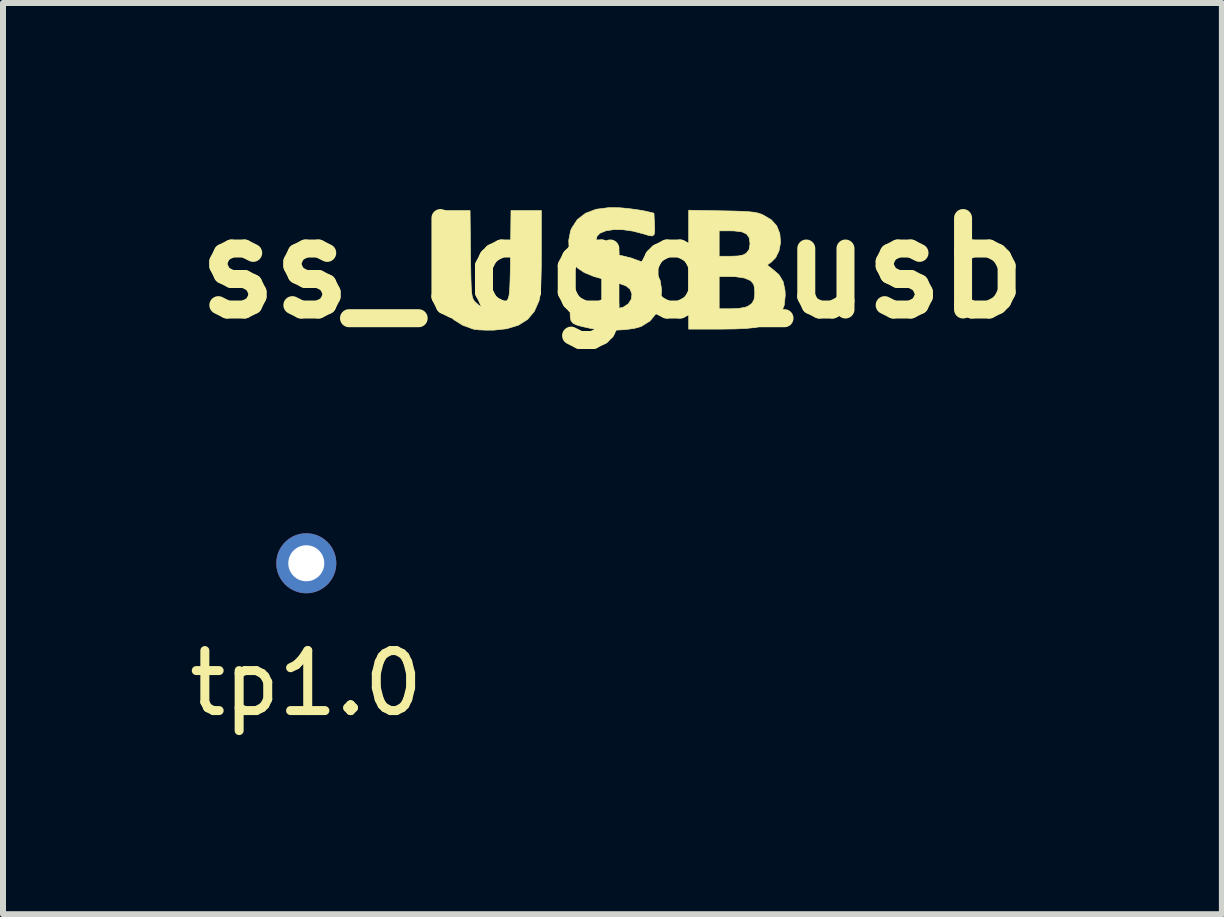
<source format=kicad_pcb>
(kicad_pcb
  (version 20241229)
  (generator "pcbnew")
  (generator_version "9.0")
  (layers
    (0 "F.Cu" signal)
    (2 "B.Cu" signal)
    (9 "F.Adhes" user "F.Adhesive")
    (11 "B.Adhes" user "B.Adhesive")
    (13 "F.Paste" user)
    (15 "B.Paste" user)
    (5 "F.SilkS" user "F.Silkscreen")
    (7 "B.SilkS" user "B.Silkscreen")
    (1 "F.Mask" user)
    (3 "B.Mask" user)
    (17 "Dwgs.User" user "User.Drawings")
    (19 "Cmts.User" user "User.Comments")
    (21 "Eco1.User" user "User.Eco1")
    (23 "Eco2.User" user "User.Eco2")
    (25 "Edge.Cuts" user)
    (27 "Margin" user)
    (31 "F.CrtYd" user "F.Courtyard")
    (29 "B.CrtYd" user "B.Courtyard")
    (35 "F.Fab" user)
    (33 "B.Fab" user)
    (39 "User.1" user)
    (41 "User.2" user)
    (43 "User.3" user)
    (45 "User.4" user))
  (footprint "tp1.0"
    (layer "F.Cu")
    (at 2.054 6.336)
    (property "Reference" "tp1.0" (at 0 2 0) (layer "F.SilkS") (effects (font (size 1 1) (thickness 0.15))))
    (attr through_hole)
    (pad "1" thru_hole circle (at 0 0) (size 1 1) (drill 0.6) (layers "*.Cu" "*.Mask")))
  (footprint "ss_logo_usb"
    (layer "F.Cu")
    (at 7.156 1.418)
    (property "Reference" "ss_logo_usb" (at 0 0 0) (layer "F.SilkS") (effects (font (size 1.524 1.524) (thickness 0.3))))
    (attr through_hole)
    (fp_poly (pts (xy -2.365 -0.242) (xy -2.362 -0.021) (xy -2.359 0.15) (xy -2.355 0.28) (xy -2.35 0.375) (xy -2.342 0.442) (xy -2.332 0.489) (xy -2.319 0.522) (xy -2.301 0.55) (xy -2.297 0.555) (xy -2.222 0.622) (xy -2.135 0.661) (xy -2.001 0.672) (xy -1.878 0.642) (xy -1.782 0.574) (xy -1.767 0.555) (xy -1.748 0.528) (xy -1.734 0.496) (xy -1.723 0.453) (xy -1.716 0.39) (xy -1.71 0.302) (xy -1.706 0.18) (xy -1.702 0.017) (xy -1.7 -0.193) (xy -1.699 -0.242) (xy -1.691 -0.96) (xy -1.185 -0.96) (xy -1.185 -0.273) (xy -1.186 -0.029) (xy -1.19 0.165) (xy -1.195 0.314) (xy -1.204 0.427) (xy -1.216 0.508) (xy -1.225 0.547) (xy -1.302 0.721) (xy -1.415 0.855) (xy -1.568 0.951) (xy -1.761 1.01) (xy -1.972 1.033) (xy -2.099 1.034) (xy -2.218 1.029) (xy -2.307 1.019) (xy -2.322 1.015) (xy -2.496 0.952) (xy -2.64 0.862) (xy -2.724 0.778) (xy -2.769 0.713) (xy -2.805 0.646) (xy -2.832 0.569) (xy -2.851 0.474) (xy -2.865 0.353) (xy -2.873 0.2) (xy -2.877 0.007) (xy -2.879 -0.234) (xy -2.879 -0.273) (xy -2.879 -0.96) (xy -2.373 -0.96) (xy -2.365 -0.242)) (stroke (width 0.01) (type solid)) (fill yes) (layer "F.SilkS"))
    (fp_poly (pts (xy 1.827 -0.955) (xy 2.023 -0.951) (xy 2.172 -0.946) (xy 2.283 -0.939) (xy 2.365 -0.93) (xy 2.427 -0.917) (xy 2.479 -0.9) (xy 2.512 -0.885) (xy 2.648 -0.804) (xy 2.737 -0.705) (xy 2.787 -0.579) (xy 2.789 -0.571) (xy 2.801 -0.428) (xy 2.776 -0.291) (xy 2.719 -0.173) (xy 2.636 -0.091) (xy 2.623 -0.084) (xy 2.589 -0.062) (xy 2.591 -0.041) (xy 2.634 -0.007) (xy 2.658 0.01) (xy 2.773 0.108) (xy 2.844 0.225) (xy 2.875 0.37) (xy 2.879 0.452) (xy 2.863 0.616) (xy 2.811 0.744) (xy 2.717 0.849) (xy 2.658 0.893) (xy 2.584 0.935) (xy 2.494 0.966) (xy 2.381 0.989) (xy 2.237 1.004) (xy 2.054 1.013) (xy 1.823 1.016) (xy 1.777 1.016) (xy 1.27 1.016) (xy 1.27 0.141) (xy 1.778 0.141) (xy 1.778 0.677) (xy 1.977 0.677) (xy 2.108 0.671) (xy 2.212 0.652) (xy 2.256 0.636) (xy 2.325 0.587) (xy 2.36 0.521) (xy 2.371 0.42) (xy 2.371 0.409) (xy 2.366 0.33) (xy 2.353 0.27) (xy 2.353 0.269) (xy 2.3 0.207) (xy 2.198 0.165) (xy 2.053 0.143) (xy 1.977 0.141) (xy 1.778 0.141) (xy 1.27 0.141) (xy 1.27 -0.621) (xy 1.778 -0.621) (xy 1.778 -0.198) (xy 1.972 -0.198) (xy 2.096 -0.203) (xy 2.178 -0.22) (xy 2.229 -0.248) (xy 2.277 -0.31) (xy 2.292 -0.403) (xy 2.292 -0.409) (xy 2.279 -0.504) (xy 2.235 -0.568) (xy 2.154 -0.605) (xy 2.028 -0.62) (xy 1.972 -0.621) (xy 1.778 -0.621) (xy 1.27 -0.621) (xy 1.27 -0.965) (xy 1.827 -0.955)) (stroke (width 0.01) (type solid)) (fill yes) (layer "F.SilkS"))
    (fp_poly (pts (xy 0.126 -1.006) (xy 0.264 -0.993) (xy 0.402 -0.975) (xy 0.515 -0.956) (xy 0.536 -0.952) (xy 0.691 -0.916) (xy 0.7 -0.751) (xy 0.704 -0.634) (xy 0.697 -0.565) (xy 0.669 -0.537) (xy 0.614 -0.541) (xy 0.523 -0.569) (xy 0.519 -0.57) (xy 0.346 -0.616) (xy 0.177 -0.64) (xy 0.022 -0.642) (xy -0.11 -0.622) (xy -0.208 -0.582) (xy -0.257 -0.531) (xy -0.281 -0.442) (xy -0.25 -0.365) (xy -0.164 -0.3) (xy -0.024 -0.249) (xy 0.071 -0.227) (xy 0.311 -0.169) (xy 0.5 -0.1) (xy 0.64 -0.017) (xy 0.738 0.085) (xy 0.795 0.207) (xy 0.818 0.355) (xy 0.818 0.387) (xy 0.796 0.586) (xy 0.731 0.752) (xy 0.625 0.881) (xy 0.479 0.972) (xy 0.472 0.974) (xy 0.361 1.005) (xy 0.211 1.025) (xy 0.04 1.034) (xy -0.135 1.031) (xy -0.296 1.016) (xy -0.367 1.004) (xy -0.508 0.973) (xy -0.603 0.946) (xy -0.662 0.915) (xy -0.692 0.873) (xy -0.704 0.81) (xy -0.706 0.72) (xy -0.706 0.706) (xy -0.703 0.609) (xy -0.697 0.538) (xy -0.687 0.508) (xy -0.687 0.508) (xy -0.653 0.518) (xy -0.582 0.543) (xy -0.489 0.58) (xy -0.485 0.581) (xy -0.348 0.625) (xy -0.196 0.656) (xy -0.046 0.672) (xy 0.084 0.671) (xy 0.175 0.653) (xy 0.263 0.596) (xy 0.313 0.518) (xy 0.324 0.432) (xy 0.293 0.352) (xy 0.229 0.298) (xy 0.167 0.274) (xy 0.069 0.243) (xy -0.05 0.211) (xy -0.093 0.201) (xy -0.308 0.14) (xy -0.469 0.074) (xy -0.578 0.001) (xy -0.599 -0.019) (xy -0.677 -0.145) (xy -0.722 -0.299) (xy -0.729 -0.464) (xy -0.698 -0.622) (xy -0.681 -0.664) (xy -0.586 -0.809) (xy -0.45 -0.914) (xy -0.273 -0.981) (xy -0.055 -1.009) (xy 0.126 -1.006)) (stroke (width 0.01) (type solid)) (fill yes) (layer "F.SilkS")))
  (gr_rect
    (start -3 -3)
    (end 17.311 12.184)
    (stroke (width 0.1) (type default))
    (fill no)
    (layer "Edge.Cuts")))
</source>
